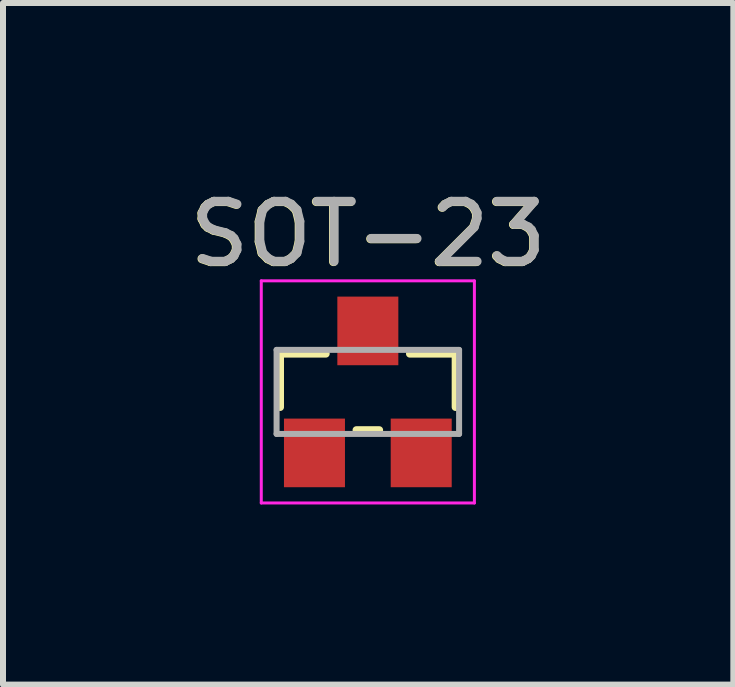
<source format=kicad_pcb>
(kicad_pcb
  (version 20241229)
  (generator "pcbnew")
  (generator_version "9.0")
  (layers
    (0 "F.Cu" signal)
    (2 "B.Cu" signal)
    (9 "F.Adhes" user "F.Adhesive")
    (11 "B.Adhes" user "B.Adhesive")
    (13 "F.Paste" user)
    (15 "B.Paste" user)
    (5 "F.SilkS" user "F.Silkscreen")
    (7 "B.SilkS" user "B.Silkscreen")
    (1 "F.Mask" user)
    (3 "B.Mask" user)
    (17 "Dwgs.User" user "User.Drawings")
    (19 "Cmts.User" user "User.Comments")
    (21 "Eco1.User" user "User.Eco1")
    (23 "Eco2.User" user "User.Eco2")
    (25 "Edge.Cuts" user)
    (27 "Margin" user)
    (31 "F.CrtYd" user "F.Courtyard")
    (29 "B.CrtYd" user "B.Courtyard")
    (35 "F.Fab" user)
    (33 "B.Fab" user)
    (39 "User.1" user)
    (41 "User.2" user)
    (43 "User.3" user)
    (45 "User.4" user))
  (footprint "SOT-23"
    (layer "F.Cu")
    (at 3.077 3.478)
    (property "Reference" "SOT-23" (at 0 -2.625 0) (layer "F.SilkS") (effects (font (size 1 1) (thickness 0.15))))
    (attr smd)
    (fp_line (start -1.46 -0.635) (end -1.46 0.254) (stroke (width 0.127) (type solid)) (layer "F.SilkS"))
    (fp_line (start -0.699 -0.635) (end -1.46 -0.635) (stroke (width 0.127) (type solid)) (layer "F.SilkS"))
    (fp_line (start -0.191 0.635) (end 0.191 0.635) (stroke (width 0.127) (type solid)) (layer "F.SilkS"))
    (fp_line (start 1.46 -0.635) (end 0.699 -0.635) (stroke (width 0.127) (type solid)) (layer "F.SilkS"))
    (fp_line (start 1.46 0.254) (end 1.46 -0.635) (stroke (width 0.127) (type solid)) (layer "F.SilkS"))
    (fp_line (start -1.775 -1.85) (end -1.775 1.85) (stroke (width 0.05) (type solid)) (layer "F.CrtYd"))
    (fp_line (start -1.775 1.85) (end 1.775 1.85) (stroke (width 0.05) (type solid)) (layer "F.CrtYd"))
    (fp_line (start 1.775 -1.85) (end -1.775 -1.85) (stroke (width 0.05) (type solid)) (layer "F.CrtYd"))
    (fp_line (start 1.775 1.85) (end 1.775 -1.85) (stroke (width 0.05) (type solid)) (layer "F.CrtYd"))
    (fp_line (start -1.52 -0.7) (end 1.52 -0.7) (stroke (width 0.1) (type solid)) (layer "F.Fab"))
    (fp_line (start -1.52 0.7) (end -1.52 -0.7) (stroke (width 0.1) (type solid)) (layer "F.Fab"))
    (fp_line (start 1.52 -0.7) (end 1.52 0.7) (stroke (width 0.1) (type solid)) (layer "F.Fab"))
    (fp_line (start 1.52 0.7) (end -1.52 0.7) (stroke (width 0.1) (type solid)) (layer "F.Fab"))
    (fp_text user "${REFERENCE}" (at 0.01 -2.63 0) (layer "F.Fab") (effects (font (size 1 1) (thickness 0.15))))
    (pad "1" smd rect (at -0.889 1.016 180) (size 1.016 1.143) (layers "F.Cu" "F.Mask" "F.Paste"))
    (pad "2" smd rect (at 0.889 1.016) (size 1.016 1.143) (layers "F.Cu" "F.Mask" "F.Paste"))
    (pad "3" smd rect (at 0 -1.016) (size 1.016 1.143) (layers "F.Cu" "F.Mask" "F.Paste")))
  (gr_rect
    (start -3 -3)
    (end 9.165 8.353)
    (stroke (width 0.1) (type default))
    (fill no)
    (layer "Edge.Cuts")))
</source>
